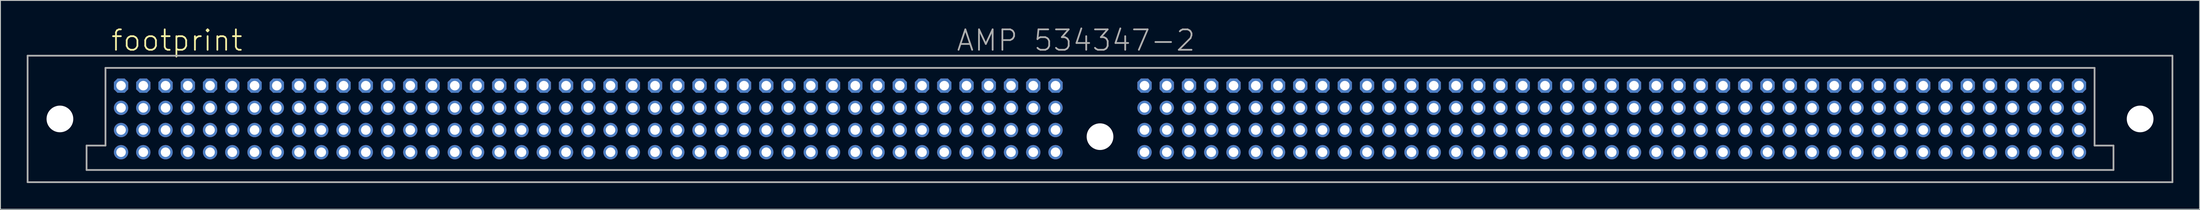
<source format=kicad_pcb>
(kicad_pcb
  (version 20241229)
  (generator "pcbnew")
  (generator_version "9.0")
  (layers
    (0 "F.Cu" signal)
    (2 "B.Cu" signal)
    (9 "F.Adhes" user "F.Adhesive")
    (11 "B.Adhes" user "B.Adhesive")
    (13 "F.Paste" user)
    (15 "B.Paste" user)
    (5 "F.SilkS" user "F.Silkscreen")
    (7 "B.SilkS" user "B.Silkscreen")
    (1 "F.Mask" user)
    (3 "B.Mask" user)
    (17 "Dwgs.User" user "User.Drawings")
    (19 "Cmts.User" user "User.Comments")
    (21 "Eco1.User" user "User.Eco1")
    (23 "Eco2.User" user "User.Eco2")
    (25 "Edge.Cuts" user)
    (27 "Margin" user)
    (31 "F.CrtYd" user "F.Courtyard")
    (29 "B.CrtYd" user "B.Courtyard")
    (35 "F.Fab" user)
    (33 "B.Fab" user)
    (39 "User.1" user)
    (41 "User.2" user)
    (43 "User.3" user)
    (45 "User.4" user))
  (footprint "footprint"
    (layer "F.Cu")
    (at 122.53 10.566)
    (property "Reference" "footprint" (at -113.03 -7.62 0) (layer "F.SilkS") (effects (font (size 2.337 2.337) (thickness 0.203)) (justify left bottom)))
    (fp_line (start -122.428 -7.239) (end 122.428 -7.239) (stroke (width 0.203) (type solid)) (layer "F.Fab"))
    (fp_line (start -122.428 7.239) (end -122.428 -7.239) (stroke (width 0.203) (type solid)) (layer "F.Fab"))
    (fp_line (start -115.697 3.048) (end -113.538 3.048) (stroke (width 0.203) (type solid)) (layer "F.Fab"))
    (fp_line (start -115.697 5.842) (end -115.697 3.048) (stroke (width 0.203) (type solid)) (layer "F.Fab"))
    (fp_line (start -113.538 -5.842) (end 113.538 -5.842) (stroke (width 0.203) (type solid)) (layer "F.Fab"))
    (fp_line (start -113.538 3.048) (end -113.538 -5.842) (stroke (width 0.203) (type solid)) (layer "F.Fab"))
    (fp_line (start 113.538 -5.842) (end 113.538 3.048) (stroke (width 0.203) (type solid)) (layer "F.Fab"))
    (fp_line (start 113.538 3.048) (end 115.697 3.048) (stroke (width 0.203) (type solid)) (layer "F.Fab"))
    (fp_line (start 115.697 3.048) (end 115.697 5.842) (stroke (width 0.203) (type solid)) (layer "F.Fab"))
    (fp_line (start 115.697 5.842) (end -115.697 5.842) (stroke (width 0.203) (type solid)) (layer "F.Fab"))
    (fp_line (start 122.428 -7.239) (end 122.428 7.239) (stroke (width 0.203) (type solid)) (layer "F.Fab"))
    (fp_line (start 122.428 7.239) (end -122.428 7.239) (stroke (width 0.203) (type solid)) (layer "F.Fab"))
    (fp_text user "AMP 534347-2" (at -16.51 -7.62 0) (layer "F.Fab") (effects (font (size 2.337 2.337) (thickness 0.203)) (justify left bottom)))
    (pad "" np_thru_hole circle (at -118.74 0) (size 3.05 3.05) (drill 3.05) (layers "*.Cu" "*.Mask"))
    (pad "" np_thru_hole circle (at 0 2.03) (size 3.05 3.05) (drill 3.05) (layers "*.Cu" "*.Mask"))
    (pad "" np_thru_hole circle (at 118.74 0) (size 3.05 3.05) (drill 3.05) (layers "*.Cu" "*.Mask"))
    (pad "A1" thru_hole roundrect (at 111.76 -3.81) (size 1.635 1.635) (drill 1.09) (layers "*.Cu" "*.Mask") (roundrect_rratio 0.25) (chamfer_ratio 0.25) (chamfer top_left top_right bottom_left bottom_right))
    (pad "A2" thru_hole roundrect (at 109.22 -3.81) (size 1.635 1.635) (drill 1.09) (layers "*.Cu" "*.Mask") (roundrect_rratio 0.25) (chamfer_ratio 0.25) (chamfer top_left top_right bottom_left bottom_right))
    (pad "A3" thru_hole roundrect (at 106.68 -3.81) (size 1.635 1.635) (drill 1.09) (layers "*.Cu" "*.Mask") (roundrect_rratio 0.25) (chamfer_ratio 0.25) (chamfer top_left top_right bottom_left bottom_right))
    (pad "A4" thru_hole roundrect (at 104.14 -3.81) (size 1.635 1.635) (drill 1.09) (layers "*.Cu" "*.Mask") (roundrect_rratio 0.25) (chamfer_ratio 0.25) (chamfer top_left top_right bottom_left bottom_right))
    (pad "A5" thru_hole roundrect (at 101.6 -3.81) (size 1.635 1.635) (drill 1.09) (layers "*.Cu" "*.Mask") (roundrect_rratio 0.25) (chamfer_ratio 0.25) (chamfer top_left top_right bottom_left bottom_right))
    (pad "A6" thru_hole roundrect (at 99.06 -3.81) (size 1.635 1.635) (drill 1.09) (layers "*.Cu" "*.Mask") (roundrect_rratio 0.25) (chamfer_ratio 0.25) (chamfer top_left top_right bottom_left bottom_right))
    (pad "A7" thru_hole roundrect (at 96.52 -3.81) (size 1.635 1.635) (drill 1.09) (layers "*.Cu" "*.Mask") (roundrect_rratio 0.25) (chamfer_ratio 0.25) (chamfer top_left top_right bottom_left bottom_right))
    (pad "A8" thru_hole roundrect (at 93.98 -3.81) (size 1.635 1.635) (drill 1.09) (layers "*.Cu" "*.Mask") (roundrect_rratio 0.25) (chamfer_ratio 0.25) (chamfer top_left top_right bottom_left bottom_right))
    (pad "A9" thru_hole roundrect (at 91.44 -3.81) (size 1.635 1.635) (drill 1.09) (layers "*.Cu" "*.Mask") (roundrect_rratio 0.25) (chamfer_ratio 0.25) (chamfer top_left top_right bottom_left bottom_right))
    (pad "A10" thru_hole roundrect (at 88.9 -3.81) (size 1.635 1.635) (drill 1.09) (layers "*.Cu" "*.Mask") (roundrect_rratio 0.25) (chamfer_ratio 0.25) (chamfer top_left top_right bottom_left bottom_right))
    (pad "A11" thru_hole roundrect (at 86.36 -3.81) (size 1.635 1.635) (drill 1.09) (layers "*.Cu" "*.Mask") (roundrect_rratio 0.25) (chamfer_ratio 0.25) (chamfer top_left top_right bottom_left bottom_right))
    (pad "A12" thru_hole roundrect (at 83.82 -3.81) (size 1.635 1.635) (drill 1.09) (layers "*.Cu" "*.Mask") (roundrect_rratio 0.25) (chamfer_ratio 0.25) (chamfer top_left top_right bottom_left bottom_right))
    (pad "A13" thru_hole roundrect (at 81.28 -3.81) (size 1.635 1.635) (drill 1.09) (layers "*.Cu" "*.Mask") (roundrect_rratio 0.25) (chamfer_ratio 0.25) (chamfer top_left top_right bottom_left bottom_right))
    (pad "A14" thru_hole roundrect (at 78.74 -3.81) (size 1.635 1.635) (drill 1.09) (layers "*.Cu" "*.Mask") (roundrect_rratio 0.25) (chamfer_ratio 0.25) (chamfer top_left top_right bottom_left bottom_right))
    (pad "A15" thru_hole roundrect (at 76.2 -3.81) (size 1.635 1.635) (drill 1.09) (layers "*.Cu" "*.Mask") (roundrect_rratio 0.25) (chamfer_ratio 0.25) (chamfer top_left top_right bottom_left bottom_right))
    (pad "A16" thru_hole roundrect (at 73.66 -3.81) (size 1.635 1.635) (drill 1.09) (layers "*.Cu" "*.Mask") (roundrect_rratio 0.25) (chamfer_ratio 0.25) (chamfer top_left top_right bottom_left bottom_right))
    (pad "A17" thru_hole roundrect (at 71.12 -3.81) (size 1.635 1.635) (drill 1.09) (layers "*.Cu" "*.Mask") (roundrect_rratio 0.25) (chamfer_ratio 0.25) (chamfer top_left top_right bottom_left bottom_right))
    (pad "A18" thru_hole roundrect (at 68.58 -3.81) (size 1.635 1.635) (drill 1.09) (layers "*.Cu" "*.Mask") (roundrect_rratio 0.25) (chamfer_ratio 0.25) (chamfer top_left top_right bottom_left bottom_right))
    (pad "A19" thru_hole roundrect (at 66.04 -3.81) (size 1.635 1.635) (drill 1.09) (layers "*.Cu" "*.Mask") (roundrect_rratio 0.25) (chamfer_ratio 0.25) (chamfer top_left top_right bottom_left bottom_right))
    (pad "A20" thru_hole roundrect (at 63.5 -3.81) (size 1.635 1.635) (drill 1.09) (layers "*.Cu" "*.Mask") (roundrect_rratio 0.25) (chamfer_ratio 0.25) (chamfer top_left top_right bottom_left bottom_right))
    (pad "A21" thru_hole roundrect (at 60.96 -3.81) (size 1.635 1.635) (drill 1.09) (layers "*.Cu" "*.Mask") (roundrect_rratio 0.25) (chamfer_ratio 0.25) (chamfer top_left top_right bottom_left bottom_right))
    (pad "A22" thru_hole roundrect (at 58.42 -3.81) (size 1.635 1.635) (drill 1.09) (layers "*.Cu" "*.Mask") (roundrect_rratio 0.25) (chamfer_ratio 0.25) (chamfer top_left top_right bottom_left bottom_right))
    (pad "A23" thru_hole roundrect (at 55.88 -3.81) (size 1.635 1.635) (drill 1.09) (layers "*.Cu" "*.Mask") (roundrect_rratio 0.25) (chamfer_ratio 0.25) (chamfer top_left top_right bottom_left bottom_right))
    (pad "A24" thru_hole roundrect (at 53.34 -3.81) (size 1.635 1.635) (drill 1.09) (layers "*.Cu" "*.Mask") (roundrect_rratio 0.25) (chamfer_ratio 0.25) (chamfer top_left top_right bottom_left bottom_right))
    (pad "A25" thru_hole roundrect (at 50.8 -3.81) (size 1.635 1.635) (drill 1.09) (layers "*.Cu" "*.Mask") (roundrect_rratio 0.25) (chamfer_ratio 0.25) (chamfer top_left top_right bottom_left bottom_right))
    (pad "A26" thru_hole roundrect (at 48.26 -3.81) (size 1.635 1.635) (drill 1.09) (layers "*.Cu" "*.Mask") (roundrect_rratio 0.25) (chamfer_ratio 0.25) (chamfer top_left top_right bottom_left bottom_right))
    (pad "A27" thru_hole roundrect (at 45.72 -3.81) (size 1.635 1.635) (drill 1.09) (layers "*.Cu" "*.Mask") (roundrect_rratio 0.25) (chamfer_ratio 0.25) (chamfer top_left top_right bottom_left bottom_right))
    (pad "A28" thru_hole roundrect (at 43.18 -3.81) (size 1.635 1.635) (drill 1.09) (layers "*.Cu" "*.Mask") (roundrect_rratio 0.25) (chamfer_ratio 0.25) (chamfer top_left top_right bottom_left bottom_right))
    (pad "A29" thru_hole roundrect (at 40.64 -3.81) (size 1.635 1.635) (drill 1.09) (layers "*.Cu" "*.Mask") (roundrect_rratio 0.25) (chamfer_ratio 0.25) (chamfer top_left top_right bottom_left bottom_right))
    (pad "A30" thru_hole roundrect (at 38.1 -3.81) (size 1.635 1.635) (drill 1.09) (layers "*.Cu" "*.Mask") (roundrect_rratio 0.25) (chamfer_ratio 0.25) (chamfer top_left top_right bottom_left bottom_right))
    (pad "A31" thru_hole roundrect (at 35.56 -3.81) (size 1.635 1.635) (drill 1.09) (layers "*.Cu" "*.Mask") (roundrect_rratio 0.25) (chamfer_ratio 0.25) (chamfer top_left top_right bottom_left bottom_right))
    (pad "A32" thru_hole roundrect (at 33.02 -3.81) (size 1.635 1.635) (drill 1.09) (layers "*.Cu" "*.Mask") (roundrect_rratio 0.25) (chamfer_ratio 0.25) (chamfer top_left top_right bottom_left bottom_right))
    (pad "A33" thru_hole roundrect (at 30.48 -3.81) (size 1.635 1.635) (drill 1.09) (layers "*.Cu" "*.Mask") (roundrect_rratio 0.25) (chamfer_ratio 0.25) (chamfer top_left top_right bottom_left bottom_right))
    (pad "A34" thru_hole roundrect (at 27.94 -3.81) (size 1.635 1.635) (drill 1.09) (layers "*.Cu" "*.Mask") (roundrect_rratio 0.25) (chamfer_ratio 0.25) (chamfer top_left top_right bottom_left bottom_right))
    (pad "A35" thru_hole roundrect (at 25.4 -3.81) (size 1.635 1.635) (drill 1.09) (layers "*.Cu" "*.Mask") (roundrect_rratio 0.25) (chamfer_ratio 0.25) (chamfer top_left top_right bottom_left bottom_right))
    (pad "A36" thru_hole roundrect (at 22.86 -3.81) (size 1.635 1.635) (drill 1.09) (layers "*.Cu" "*.Mask") (roundrect_rratio 0.25) (chamfer_ratio 0.25) (chamfer top_left top_right bottom_left bottom_right))
    (pad "A37" thru_hole roundrect (at 20.32 -3.81) (size 1.635 1.635) (drill 1.09) (layers "*.Cu" "*.Mask") (roundrect_rratio 0.25) (chamfer_ratio 0.25) (chamfer top_left top_right bottom_left bottom_right))
    (pad "A38" thru_hole roundrect (at 17.78 -3.81) (size 1.635 1.635) (drill 1.09) (layers "*.Cu" "*.Mask") (roundrect_rratio 0.25) (chamfer_ratio 0.25) (chamfer top_left top_right bottom_left bottom_right))
    (pad "A39" thru_hole roundrect (at 15.24 -3.81) (size 1.635 1.635) (drill 1.09) (layers "*.Cu" "*.Mask") (roundrect_rratio 0.25) (chamfer_ratio 0.25) (chamfer top_left top_right bottom_left bottom_right))
    (pad "A40" thru_hole roundrect (at 12.7 -3.81) (size 1.635 1.635) (drill 1.09) (layers "*.Cu" "*.Mask") (roundrect_rratio 0.25) (chamfer_ratio 0.25) (chamfer top_left top_right bottom_left bottom_right))
    (pad "A41" thru_hole roundrect (at 10.16 -3.81) (size 1.635 1.635) (drill 1.09) (layers "*.Cu" "*.Mask") (roundrect_rratio 0.25) (chamfer_ratio 0.25) (chamfer top_left top_right bottom_left bottom_right))
    (pad "A42" thru_hole roundrect (at 7.62 -3.81) (size 1.635 1.635) (drill 1.09) (layers "*.Cu" "*.Mask") (roundrect_rratio 0.25) (chamfer_ratio 0.25) (chamfer top_left top_right bottom_left bottom_right))
    (pad "A43" thru_hole roundrect (at 5.08 -3.81) (size 1.635 1.635) (drill 1.09) (layers "*.Cu" "*.Mask") (roundrect_rratio 0.25) (chamfer_ratio 0.25) (chamfer top_left top_right bottom_left bottom_right))
    (pad "A44" thru_hole roundrect (at -5.08 -3.81) (size 1.635 1.635) (drill 1.09) (layers "*.Cu" "*.Mask") (roundrect_rratio 0.25) (chamfer_ratio 0.25) (chamfer top_left top_right bottom_left bottom_right))
    (pad "A45" thru_hole roundrect (at -7.62 -3.81) (size 1.635 1.635) (drill 1.09) (layers "*.Cu" "*.Mask") (roundrect_rratio 0.25) (chamfer_ratio 0.25) (chamfer top_left top_right bottom_left bottom_right))
    (pad "A46" thru_hole roundrect (at -10.16 -3.81) (size 1.635 1.635) (drill 1.09) (layers "*.Cu" "*.Mask") (roundrect_rratio 0.25) (chamfer_ratio 0.25) (chamfer top_left top_right bottom_left bottom_right))
    (pad "A47" thru_hole roundrect (at -12.7 -3.81) (size 1.635 1.635) (drill 1.09) (layers "*.Cu" "*.Mask") (roundrect_rratio 0.25) (chamfer_ratio 0.25) (chamfer top_left top_right bottom_left bottom_right))
    (pad "A48" thru_hole roundrect (at -15.24 -3.81) (size 1.635 1.635) (drill 1.09) (layers "*.Cu" "*.Mask") (roundrect_rratio 0.25) (chamfer_ratio 0.25) (chamfer top_left top_right bottom_left bottom_right))
    (pad "A49" thru_hole roundrect (at -17.78 -3.81) (size 1.635 1.635) (drill 1.09) (layers "*.Cu" "*.Mask") (roundrect_rratio 0.25) (chamfer_ratio 0.25) (chamfer top_left top_right bottom_left bottom_right))
    (pad "A50" thru_hole roundrect (at -20.32 -3.81) (size 1.635 1.635) (drill 1.09) (layers "*.Cu" "*.Mask") (roundrect_rratio 0.25) (chamfer_ratio 0.25) (chamfer top_left top_right bottom_left bottom_right))
    (pad "A51" thru_hole roundrect (at -22.86 -3.81) (size 1.635 1.635) (drill 1.09) (layers "*.Cu" "*.Mask") (roundrect_rratio 0.25) (chamfer_ratio 0.25) (chamfer top_left top_right bottom_left bottom_right))
    (pad "A52" thru_hole roundrect (at -25.4 -3.81) (size 1.635 1.635) (drill 1.09) (layers "*.Cu" "*.Mask") (roundrect_rratio 0.25) (chamfer_ratio 0.25) (chamfer top_left top_right bottom_left bottom_right))
    (pad "A53" thru_hole roundrect (at -27.94 -3.81) (size 1.635 1.635) (drill 1.09) (layers "*.Cu" "*.Mask") (roundrect_rratio 0.25) (chamfer_ratio 0.25) (chamfer top_left top_right bottom_left bottom_right))
    (pad "A54" thru_hole roundrect (at -30.48 -3.81) (size 1.635 1.635) (drill 1.09) (layers "*.Cu" "*.Mask") (roundrect_rratio 0.25) (chamfer_ratio 0.25) (chamfer top_left top_right bottom_left bottom_right))
    (pad "A55" thru_hole roundrect (at -33.02 -3.81) (size 1.635 1.635) (drill 1.09) (layers "*.Cu" "*.Mask") (roundrect_rratio 0.25) (chamfer_ratio 0.25) (chamfer top_left top_right bottom_left bottom_right))
    (pad "A56" thru_hole roundrect (at -35.56 -3.81) (size 1.635 1.635) (drill 1.09) (layers "*.Cu" "*.Mask") (roundrect_rratio 0.25) (chamfer_ratio 0.25) (chamfer top_left top_right bottom_left bottom_right))
    (pad "A57" thru_hole roundrect (at -38.1 -3.81) (size 1.635 1.635) (drill 1.09) (layers "*.Cu" "*.Mask") (roundrect_rratio 0.25) (chamfer_ratio 0.25) (chamfer top_left top_right bottom_left bottom_right))
    (pad "A58" thru_hole roundrect (at -40.64 -3.81) (size 1.635 1.635) (drill 1.09) (layers "*.Cu" "*.Mask") (roundrect_rratio 0.25) (chamfer_ratio 0.25) (chamfer top_left top_right bottom_left bottom_right))
    (pad "A59" thru_hole roundrect (at -43.18 -3.81) (size 1.635 1.635) (drill 1.09) (layers "*.Cu" "*.Mask") (roundrect_rratio 0.25) (chamfer_ratio 0.25) (chamfer top_left top_right bottom_left bottom_right))
    (pad "A60" thru_hole roundrect (at -45.72 -3.81) (size 1.635 1.635) (drill 1.09) (layers "*.Cu" "*.Mask") (roundrect_rratio 0.25) (chamfer_ratio 0.25) (chamfer top_left top_right bottom_left bottom_right))
    (pad "A61" thru_hole roundrect (at -48.26 -3.81) (size 1.635 1.635) (drill 1.09) (layers "*.Cu" "*.Mask") (roundrect_rratio 0.25) (chamfer_ratio 0.25) (chamfer top_left top_right bottom_left bottom_right))
    (pad "A62" thru_hole roundrect (at -50.8 -3.81) (size 1.635 1.635) (drill 1.09) (layers "*.Cu" "*.Mask") (roundrect_rratio 0.25) (chamfer_ratio 0.25) (chamfer top_left top_right bottom_left bottom_right))
    (pad "A63" thru_hole roundrect (at -53.34 -3.81) (size 1.635 1.635) (drill 1.09) (layers "*.Cu" "*.Mask") (roundrect_rratio 0.25) (chamfer_ratio 0.25) (chamfer top_left top_right bottom_left bottom_right))
    (pad "A64" thru_hole roundrect (at -55.88 -3.81) (size 1.635 1.635) (drill 1.09) (layers "*.Cu" "*.Mask") (roundrect_rratio 0.25) (chamfer_ratio 0.25) (chamfer top_left top_right bottom_left bottom_right))
    (pad "A65" thru_hole roundrect (at -58.42 -3.81) (size 1.635 1.635) (drill 1.09) (layers "*.Cu" "*.Mask") (roundrect_rratio 0.25) (chamfer_ratio 0.25) (chamfer top_left top_right bottom_left bottom_right))
    (pad "A66" thru_hole roundrect (at -60.96 -3.81) (size 1.635 1.635) (drill 1.09) (layers "*.Cu" "*.Mask") (roundrect_rratio 0.25) (chamfer_ratio 0.25) (chamfer top_left top_right bottom_left bottom_right))
    (pad "A67" thru_hole roundrect (at -63.5 -3.81) (size 1.635 1.635) (drill 1.09) (layers "*.Cu" "*.Mask") (roundrect_rratio 0.25) (chamfer_ratio 0.25) (chamfer top_left top_right bottom_left bottom_right))
    (pad "A68" thru_hole roundrect (at -66.04 -3.81) (size 1.635 1.635) (drill 1.09) (layers "*.Cu" "*.Mask") (roundrect_rratio 0.25) (chamfer_ratio 0.25) (chamfer top_left top_right bottom_left bottom_right))
    (pad "A69" thru_hole roundrect (at -68.58 -3.81) (size 1.635 1.635) (drill 1.09) (layers "*.Cu" "*.Mask") (roundrect_rratio 0.25) (chamfer_ratio 0.25) (chamfer top_left top_right bottom_left bottom_right))
    (pad "A70" thru_hole roundrect (at -71.12 -3.81) (size 1.635 1.635) (drill 1.09) (layers "*.Cu" "*.Mask") (roundrect_rratio 0.25) (chamfer_ratio 0.25) (chamfer top_left top_right bottom_left bottom_right))
    (pad "A71" thru_hole roundrect (at -73.66 -3.81) (size 1.635 1.635) (drill 1.09) (layers "*.Cu" "*.Mask") (roundrect_rratio 0.25) (chamfer_ratio 0.25) (chamfer top_left top_right bottom_left bottom_right))
    (pad "A72" thru_hole roundrect (at -76.2 -3.81) (size 1.635 1.635) (drill 1.09) (layers "*.Cu" "*.Mask") (roundrect_rratio 0.25) (chamfer_ratio 0.25) (chamfer top_left top_right bottom_left bottom_right))
    (pad "A73" thru_hole roundrect (at -78.74 -3.81) (size 1.635 1.635) (drill 1.09) (layers "*.Cu" "*.Mask") (roundrect_rratio 0.25) (chamfer_ratio 0.25) (chamfer top_left top_right bottom_left bottom_right))
    (pad "A74" thru_hole roundrect (at -81.28 -3.81) (size 1.635 1.635) (drill 1.09) (layers "*.Cu" "*.Mask") (roundrect_rratio 0.25) (chamfer_ratio 0.25) (chamfer top_left top_right bottom_left bottom_right))
    (pad "A75" thru_hole roundrect (at -83.82 -3.81) (size 1.635 1.635) (drill 1.09) (layers "*.Cu" "*.Mask") (roundrect_rratio 0.25) (chamfer_ratio 0.25) (chamfer top_left top_right bottom_left bottom_right))
    (pad "A76" thru_hole roundrect (at -86.36 -3.81) (size 1.635 1.635) (drill 1.09) (layers "*.Cu" "*.Mask") (roundrect_rratio 0.25) (chamfer_ratio 0.25) (chamfer top_left top_right bottom_left bottom_right))
    (pad "A77" thru_hole roundrect (at -88.9 -3.81) (size 1.635 1.635) (drill 1.09) (layers "*.Cu" "*.Mask") (roundrect_rratio 0.25) (chamfer_ratio 0.25) (chamfer top_left top_right bottom_left bottom_right))
    (pad "A78" thru_hole roundrect (at -91.44 -3.81) (size 1.635 1.635) (drill 1.09) (layers "*.Cu" "*.Mask") (roundrect_rratio 0.25) (chamfer_ratio 0.25) (chamfer top_left top_right bottom_left bottom_right))
    (pad "A79" thru_hole roundrect (at -93.98 -3.81) (size 1.635 1.635) (drill 1.09) (layers "*.Cu" "*.Mask") (roundrect_rratio 0.25) (chamfer_ratio 0.25) (chamfer top_left top_right bottom_left bottom_right))
    (pad "A80" thru_hole roundrect (at -96.52 -3.81) (size 1.635 1.635) (drill 1.09) (layers "*.Cu" "*.Mask") (roundrect_rratio 0.25) (chamfer_ratio 0.25) (chamfer top_left top_right bottom_left bottom_right))
    (pad "A81" thru_hole roundrect (at -99.06 -3.81) (size 1.635 1.635) (drill 1.09) (layers "*.Cu" "*.Mask") (roundrect_rratio 0.25) (chamfer_ratio 0.25) (chamfer top_left top_right bottom_left bottom_right))
    (pad "A82" thru_hole roundrect (at -101.6 -3.81) (size 1.635 1.635) (drill 1.09) (layers "*.Cu" "*.Mask") (roundrect_rratio 0.25) (chamfer_ratio 0.25) (chamfer top_left top_right bottom_left bottom_right))
    (pad "A83" thru_hole roundrect (at -104.14 -3.81) (size 1.635 1.635) (drill 1.09) (layers "*.Cu" "*.Mask") (roundrect_rratio 0.25) (chamfer_ratio 0.25) (chamfer top_left top_right bottom_left bottom_right))
    (pad "A84" thru_hole roundrect (at -106.68 -3.81) (size 1.635 1.635) (drill 1.09) (layers "*.Cu" "*.Mask") (roundrect_rratio 0.25) (chamfer_ratio 0.25) (chamfer top_left top_right bottom_left bottom_right))
    (pad "A85" thru_hole roundrect (at -109.22 -3.81) (size 1.635 1.635) (drill 1.09) (layers "*.Cu" "*.Mask") (roundrect_rratio 0.25) (chamfer_ratio 0.25) (chamfer top_left top_right bottom_left bottom_right))
    (pad "A86" thru_hole roundrect (at -111.76 -3.81) (size 1.635 1.635) (drill 1.09) (layers "*.Cu" "*.Mask") (roundrect_rratio 0.25) (chamfer_ratio 0.25) (chamfer top_left top_right bottom_left bottom_right))
    (pad "B1" thru_hole circle (at 111.76 -1.27) (size 1.635 1.635) (drill 1.09) (layers "*.Cu" "*.Mask"))
    (pad "B2" thru_hole circle (at 109.22 -1.27) (size 1.635 1.635) (drill 1.09) (layers "*.Cu" "*.Mask"))
    (pad "B3" thru_hole circle (at 106.68 -1.27) (size 1.635 1.635) (drill 1.09) (layers "*.Cu" "*.Mask"))
    (pad "B4" thru_hole circle (at 104.14 -1.27) (size 1.635 1.635) (drill 1.09) (layers "*.Cu" "*.Mask"))
    (pad "B5" thru_hole circle (at 101.6 -1.27) (size 1.635 1.635) (drill 1.09) (layers "*.Cu" "*.Mask"))
    (pad "B6" thru_hole circle (at 99.06 -1.27) (size 1.635 1.635) (drill 1.09) (layers "*.Cu" "*.Mask"))
    (pad "B7" thru_hole circle (at 96.52 -1.27) (size 1.635 1.635) (drill 1.09) (layers "*.Cu" "*.Mask"))
    (pad "B8" thru_hole circle (at 93.98 -1.27) (size 1.635 1.635) (drill 1.09) (layers "*.Cu" "*.Mask"))
    (pad "B9" thru_hole circle (at 91.44 -1.27) (size 1.635 1.635) (drill 1.09) (layers "*.Cu" "*.Mask"))
    (pad "B10" thru_hole circle (at 88.9 -1.27) (size 1.635 1.635) (drill 1.09) (layers "*.Cu" "*.Mask"))
    (pad "B11" thru_hole circle (at 86.36 -1.27) (size 1.635 1.635) (drill 1.09) (layers "*.Cu" "*.Mask"))
    (pad "B12" thru_hole circle (at 83.82 -1.27) (size 1.635 1.635) (drill 1.09) (layers "*.Cu" "*.Mask"))
    (pad "B13" thru_hole circle (at 81.28 -1.27) (size 1.635 1.635) (drill 1.09) (layers "*.Cu" "*.Mask"))
    (pad "B14" thru_hole circle (at 78.74 -1.27) (size 1.635 1.635) (drill 1.09) (layers "*.Cu" "*.Mask"))
    (pad "B15" thru_hole circle (at 76.2 -1.27) (size 1.635 1.635) (drill 1.09) (layers "*.Cu" "*.Mask"))
    (pad "B16" thru_hole circle (at 73.66 -1.27) (size 1.635 1.635) (drill 1.09) (layers "*.Cu" "*.Mask"))
    (pad "B17" thru_hole circle (at 71.12 -1.27) (size 1.635 1.635) (drill 1.09) (layers "*.Cu" "*.Mask"))
    (pad "B18" thru_hole circle (at 68.58 -1.27) (size 1.635 1.635) (drill 1.09) (layers "*.Cu" "*.Mask"))
    (pad "B19" thru_hole circle (at 66.04 -1.27) (size 1.635 1.635) (drill 1.09) (layers "*.Cu" "*.Mask"))
    (pad "B20" thru_hole circle (at 63.5 -1.27) (size 1.635 1.635) (drill 1.09) (layers "*.Cu" "*.Mask"))
    (pad "B21" thru_hole circle (at 60.96 -1.27) (size 1.635 1.635) (drill 1.09) (layers "*.Cu" "*.Mask"))
    (pad "B22" thru_hole circle (at 58.42 -1.27) (size 1.635 1.635) (drill 1.09) (layers "*.Cu" "*.Mask"))
    (pad "B23" thru_hole circle (at 55.88 -1.27) (size 1.635 1.635) (drill 1.09) (layers "*.Cu" "*.Mask"))
    (pad "B24" thru_hole circle (at 53.34 -1.27) (size 1.635 1.635) (drill 1.09) (layers "*.Cu" "*.Mask"))
    (pad "B25" thru_hole circle (at 50.8 -1.27) (size 1.635 1.635) (drill 1.09) (layers "*.Cu" "*.Mask"))
    (pad "B26" thru_hole circle (at 48.26 -1.27) (size 1.635 1.635) (drill 1.09) (layers "*.Cu" "*.Mask"))
    (pad "B27" thru_hole circle (at 45.72 -1.27) (size 1.635 1.635) (drill 1.09) (layers "*.Cu" "*.Mask"))
    (pad "B28" thru_hole circle (at 43.18 -1.27) (size 1.635 1.635) (drill 1.09) (layers "*.Cu" "*.Mask"))
    (pad "B29" thru_hole circle (at 40.64 -1.27) (size 1.635 1.635) (drill 1.09) (layers "*.Cu" "*.Mask"))
    (pad "B30" thru_hole circle (at 38.1 -1.27) (size 1.635 1.635) (drill 1.09) (layers "*.Cu" "*.Mask"))
    (pad "B31" thru_hole circle (at 35.56 -1.27) (size 1.635 1.635) (drill 1.09) (layers "*.Cu" "*.Mask"))
    (pad "B32" thru_hole circle (at 33.02 -1.27) (size 1.635 1.635) (drill 1.09) (layers "*.Cu" "*.Mask"))
    (pad "B33" thru_hole circle (at 30.48 -1.27) (size 1.635 1.635) (drill 1.09) (layers "*.Cu" "*.Mask"))
    (pad "B34" thru_hole circle (at 27.94 -1.27) (size 1.635 1.635) (drill 1.09) (layers "*.Cu" "*.Mask"))
    (pad "B35" thru_hole circle (at 25.4 -1.27) (size 1.635 1.635) (drill 1.09) (layers "*.Cu" "*.Mask"))
    (pad "B36" thru_hole circle (at 22.86 -1.27) (size 1.635 1.635) (drill 1.09) (layers "*.Cu" "*.Mask"))
    (pad "B37" thru_hole circle (at 20.32 -1.27) (size 1.635 1.635) (drill 1.09) (layers "*.Cu" "*.Mask"))
    (pad "B38" thru_hole circle (at 17.78 -1.27) (size 1.635 1.635) (drill 1.09) (layers "*.Cu" "*.Mask"))
    (pad "B39" thru_hole circle (at 15.24 -1.27) (size 1.635 1.635) (drill 1.09) (layers "*.Cu" "*.Mask"))
    (pad "B40" thru_hole circle (at 12.7 -1.27) (size 1.635 1.635) (drill 1.09) (layers "*.Cu" "*.Mask"))
    (pad "B41" thru_hole circle (at 10.16 -1.27) (size 1.635 1.635) (drill 1.09) (layers "*.Cu" "*.Mask"))
    (pad "B42" thru_hole circle (at 7.62 -1.27) (size 1.635 1.635) (drill 1.09) (layers "*.Cu" "*.Mask"))
    (pad "B43" thru_hole circle (at 5.08 -1.27) (size 1.635 1.635) (drill 1.09) (layers "*.Cu" "*.Mask"))
    (pad "B44" thru_hole circle (at -5.08 -1.27) (size 1.635 1.635) (drill 1.09) (layers "*.Cu" "*.Mask"))
    (pad "B45" thru_hole circle (at -7.62 -1.27) (size 1.635 1.635) (drill 1.09) (layers "*.Cu" "*.Mask"))
    (pad "B46" thru_hole circle (at -10.16 -1.27) (size 1.635 1.635) (drill 1.09) (layers "*.Cu" "*.Mask"))
    (pad "B47" thru_hole circle (at -12.7 -1.27) (size 1.635 1.635) (drill 1.09) (layers "*.Cu" "*.Mask"))
    (pad "B48" thru_hole circle (at -15.24 -1.27) (size 1.635 1.635) (drill 1.09) (layers "*.Cu" "*.Mask"))
    (pad "B49" thru_hole circle (at -17.78 -1.27) (size 1.635 1.635) (drill 1.09) (layers "*.Cu" "*.Mask"))
    (pad "B50" thru_hole circle (at -20.32 -1.27) (size 1.635 1.635) (drill 1.09) (layers "*.Cu" "*.Mask"))
    (pad "B51" thru_hole circle (at -22.86 -1.27) (size 1.635 1.635) (drill 1.09) (layers "*.Cu" "*.Mask"))
    (pad "B52" thru_hole circle (at -25.4 -1.27) (size 1.635 1.635) (drill 1.09) (layers "*.Cu" "*.Mask"))
    (pad "B53" thru_hole circle (at -27.94 -1.27) (size 1.635 1.635) (drill 1.09) (layers "*.Cu" "*.Mask"))
    (pad "B54" thru_hole circle (at -30.48 -1.27) (size 1.635 1.635) (drill 1.09) (layers "*.Cu" "*.Mask"))
    (pad "B55" thru_hole circle (at -33.02 -1.27) (size 1.635 1.635) (drill 1.09) (layers "*.Cu" "*.Mask"))
    (pad "B56" thru_hole circle (at -35.56 -1.27) (size 1.635 1.635) (drill 1.09) (layers "*.Cu" "*.Mask"))
    (pad "B57" thru_hole circle (at -38.1 -1.27) (size 1.635 1.635) (drill 1.09) (layers "*.Cu" "*.Mask"))
    (pad "B58" thru_hole circle (at -40.64 -1.27) (size 1.635 1.635) (drill 1.09) (layers "*.Cu" "*.Mask"))
    (pad "B59" thru_hole circle (at -43.18 -1.27) (size 1.635 1.635) (drill 1.09) (layers "*.Cu" "*.Mask"))
    (pad "B60" thru_hole circle (at -45.72 -1.27) (size 1.635 1.635) (drill 1.09) (layers "*.Cu" "*.Mask"))
    (pad "B61" thru_hole circle (at -48.26 -1.27) (size 1.635 1.635) (drill 1.09) (layers "*.Cu" "*.Mask"))
    (pad "B62" thru_hole circle (at -50.8 -1.27) (size 1.635 1.635) (drill 1.09) (layers "*.Cu" "*.Mask"))
    (pad "B63" thru_hole circle (at -53.34 -1.27) (size 1.635 1.635) (drill 1.09) (layers "*.Cu" "*.Mask"))
    (pad "B64" thru_hole circle (at -55.88 -1.27) (size 1.635 1.635) (drill 1.09) (layers "*.Cu" "*.Mask"))
    (pad "B65" thru_hole circle (at -58.42 -1.27) (size 1.635 1.635) (drill 1.09) (layers "*.Cu" "*.Mask"))
    (pad "B66" thru_hole circle (at -60.96 -1.27) (size 1.635 1.635) (drill 1.09) (layers "*.Cu" "*.Mask"))
    (pad "B67" thru_hole circle (at -63.5 -1.27) (size 1.635 1.635) (drill 1.09) (layers "*.Cu" "*.Mask"))
    (pad "B68" thru_hole circle (at -66.04 -1.27) (size 1.635 1.635) (drill 1.09) (layers "*.Cu" "*.Mask"))
    (pad "B69" thru_hole circle (at -68.58 -1.27) (size 1.635 1.635) (drill 1.09) (layers "*.Cu" "*.Mask"))
    (pad "B70" thru_hole circle (at -71.12 -1.27) (size 1.635 1.635) (drill 1.09) (layers "*.Cu" "*.Mask"))
    (pad "B71" thru_hole circle (at -73.66 -1.27) (size 1.635 1.635) (drill 1.09) (layers "*.Cu" "*.Mask"))
    (pad "B72" thru_hole circle (at -76.2 -1.27) (size 1.635 1.635) (drill 1.09) (layers "*.Cu" "*.Mask"))
    (pad "B73" thru_hole circle (at -78.74 -1.27) (size 1.635 1.635) (drill 1.09) (layers "*.Cu" "*.Mask"))
    (pad "B74" thru_hole circle (at -81.28 -1.27) (size 1.635 1.635) (drill 1.09) (layers "*.Cu" "*.Mask"))
    (pad "B75" thru_hole circle (at -83.82 -1.27) (size 1.635 1.635) (drill 1.09) (layers "*.Cu" "*.Mask"))
    (pad "B76" thru_hole circle (at -86.36 -1.27) (size 1.635 1.635) (drill 1.09) (layers "*.Cu" "*.Mask"))
    (pad "B77" thru_hole circle (at -88.9 -1.27) (size 1.635 1.635) (drill 1.09) (layers "*.Cu" "*.Mask"))
    (pad "B78" thru_hole circle (at -91.44 -1.27) (size 1.635 1.635) (drill 1.09) (layers "*.Cu" "*.Mask"))
    (pad "B79" thru_hole circle (at -93.98 -1.27) (size 1.635 1.635) (drill 1.09) (layers "*.Cu" "*.Mask"))
    (pad "B80" thru_hole circle (at -96.52 -1.27) (size 1.635 1.635) (drill 1.09) (layers "*.Cu" "*.Mask"))
    (pad "B81" thru_hole circle (at -99.06 -1.27) (size 1.635 1.635) (drill 1.09) (layers "*.Cu" "*.Mask"))
    (pad "B82" thru_hole circle (at -101.6 -1.27) (size 1.635 1.635) (drill 1.09) (layers "*.Cu" "*.Mask"))
    (pad "B83" thru_hole circle (at -104.14 -1.27) (size 1.635 1.635) (drill 1.09) (layers "*.Cu" "*.Mask"))
    (pad "B84" thru_hole circle (at -106.68 -1.27) (size 1.635 1.635) (drill 1.09) (layers "*.Cu" "*.Mask"))
    (pad "B85" thru_hole circle (at -109.22 -1.27) (size 1.635 1.635) (drill 1.09) (layers "*.Cu" "*.Mask"))
    (pad "B86" thru_hole circle (at -111.76 -1.27) (size 1.635 1.635) (drill 1.09) (layers "*.Cu" "*.Mask"))
    (pad "C1" thru_hole circle (at 111.76 1.27) (size 1.635 1.635) (drill 1.09) (layers "*.Cu" "*.Mask"))
    (pad "C2" thru_hole circle (at 109.22 1.27) (size 1.635 1.635) (drill 1.09) (layers "*.Cu" "*.Mask"))
    (pad "C3" thru_hole circle (at 106.68 1.27) (size 1.635 1.635) (drill 1.09) (layers "*.Cu" "*.Mask"))
    (pad "C4" thru_hole circle (at 104.14 1.27) (size 1.635 1.635) (drill 1.09) (layers "*.Cu" "*.Mask"))
    (pad "C5" thru_hole circle (at 101.6 1.27) (size 1.635 1.635) (drill 1.09) (layers "*.Cu" "*.Mask"))
    (pad "C6" thru_hole circle (at 99.06 1.27) (size 1.635 1.635) (drill 1.09) (layers "*.Cu" "*.Mask"))
    (pad "C7" thru_hole circle (at 96.52 1.27) (size 1.635 1.635) (drill 1.09) (layers "*.Cu" "*.Mask"))
    (pad "C8" thru_hole circle (at 93.98 1.27) (size 1.635 1.635) (drill 1.09) (layers "*.Cu" "*.Mask"))
    (pad "C9" thru_hole circle (at 91.44 1.27) (size 1.635 1.635) (drill 1.09) (layers "*.Cu" "*.Mask"))
    (pad "C10" thru_hole circle (at 88.9 1.27) (size 1.635 1.635) (drill 1.09) (layers "*.Cu" "*.Mask"))
    (pad "C11" thru_hole circle (at 86.36 1.27) (size 1.635 1.635) (drill 1.09) (layers "*.Cu" "*.Mask"))
    (pad "C12" thru_hole circle (at 83.82 1.27) (size 1.635 1.635) (drill 1.09) (layers "*.Cu" "*.Mask"))
    (pad "C13" thru_hole circle (at 81.28 1.27) (size 1.635 1.635) (drill 1.09) (layers "*.Cu" "*.Mask"))
    (pad "C14" thru_hole circle (at 78.74 1.27) (size 1.635 1.635) (drill 1.09) (layers "*.Cu" "*.Mask"))
    (pad "C15" thru_hole circle (at 76.2 1.27) (size 1.635 1.635) (drill 1.09) (layers "*.Cu" "*.Mask"))
    (pad "C16" thru_hole circle (at 73.66 1.27) (size 1.635 1.635) (drill 1.09) (layers "*.Cu" "*.Mask"))
    (pad "C17" thru_hole circle (at 71.12 1.27) (size 1.635 1.635) (drill 1.09) (layers "*.Cu" "*.Mask"))
    (pad "C18" thru_hole circle (at 68.58 1.27) (size 1.635 1.635) (drill 1.09) (layers "*.Cu" "*.Mask"))
    (pad "C19" thru_hole circle (at 66.04 1.27) (size 1.635 1.635) (drill 1.09) (layers "*.Cu" "*.Mask"))
    (pad "C20" thru_hole circle (at 63.5 1.27) (size 1.635 1.635) (drill 1.09) (layers "*.Cu" "*.Mask"))
    (pad "C21" thru_hole circle (at 60.96 1.27) (size 1.635 1.635) (drill 1.09) (layers "*.Cu" "*.Mask"))
    (pad "C22" thru_hole circle (at 58.42 1.27) (size 1.635 1.635) (drill 1.09) (layers "*.Cu" "*.Mask"))
    (pad "C23" thru_hole circle (at 55.88 1.27) (size 1.635 1.635) (drill 1.09) (layers "*.Cu" "*.Mask"))
    (pad "C24" thru_hole circle (at 53.34 1.27) (size 1.635 1.635) (drill 1.09) (layers "*.Cu" "*.Mask"))
    (pad "C25" thru_hole circle (at 50.8 1.27) (size 1.635 1.635) (drill 1.09) (layers "*.Cu" "*.Mask"))
    (pad "C26" thru_hole circle (at 48.26 1.27) (size 1.635 1.635) (drill 1.09) (layers "*.Cu" "*.Mask"))
    (pad "C27" thru_hole circle (at 45.72 1.27) (size 1.635 1.635) (drill 1.09) (layers "*.Cu" "*.Mask"))
    (pad "C28" thru_hole circle (at 43.18 1.27) (size 1.635 1.635) (drill 1.09) (layers "*.Cu" "*.Mask"))
    (pad "C29" thru_hole circle (at 40.64 1.27) (size 1.635 1.635) (drill 1.09) (layers "*.Cu" "*.Mask"))
    (pad "C30" thru_hole circle (at 38.1 1.27) (size 1.635 1.635) (drill 1.09) (layers "*.Cu" "*.Mask"))
    (pad "C31" thru_hole circle (at 35.56 1.27) (size 1.635 1.635) (drill 1.09) (layers "*.Cu" "*.Mask"))
    (pad "C32" thru_hole circle (at 33.02 1.27) (size 1.635 1.635) (drill 1.09) (layers "*.Cu" "*.Mask"))
    (pad "C33" thru_hole circle (at 30.48 1.27) (size 1.635 1.635) (drill 1.09) (layers "*.Cu" "*.Mask"))
    (pad "C34" thru_hole circle (at 27.94 1.27) (size 1.635 1.635) (drill 1.09) (layers "*.Cu" "*.Mask"))
    (pad "C35" thru_hole circle (at 25.4 1.27) (size 1.635 1.635) (drill 1.09) (layers "*.Cu" "*.Mask"))
    (pad "C36" thru_hole circle (at 22.86 1.27) (size 1.635 1.635) (drill 1.09) (layers "*.Cu" "*.Mask"))
    (pad "C37" thru_hole circle (at 20.32 1.27) (size 1.635 1.635) (drill 1.09) (layers "*.Cu" "*.Mask"))
    (pad "C38" thru_hole circle (at 17.78 1.27) (size 1.635 1.635) (drill 1.09) (layers "*.Cu" "*.Mask"))
    (pad "C39" thru_hole circle (at 15.24 1.27) (size 1.635 1.635) (drill 1.09) (layers "*.Cu" "*.Mask"))
    (pad "C40" thru_hole circle (at 12.7 1.27) (size 1.635 1.635) (drill 1.09) (layers "*.Cu" "*.Mask"))
    (pad "C41" thru_hole circle (at 10.16 1.27) (size 1.635 1.635) (drill 1.09) (layers "*.Cu" "*.Mask"))
    (pad "C42" thru_hole circle (at 7.62 1.27) (size 1.635 1.635) (drill 1.09) (layers "*.Cu" "*.Mask"))
    (pad "C43" thru_hole circle (at 5.08 1.27) (size 1.635 1.635) (drill 1.09) (layers "*.Cu" "*.Mask"))
    (pad "C44" thru_hole circle (at -5.08 1.27) (size 1.635 1.635) (drill 1.09) (layers "*.Cu" "*.Mask"))
    (pad "C45" thru_hole circle (at -7.62 1.27) (size 1.635 1.635) (drill 1.09) (layers "*.Cu" "*.Mask"))
    (pad "C46" thru_hole circle (at -10.16 1.27) (size 1.635 1.635) (drill 1.09) (layers "*.Cu" "*.Mask"))
    (pad "C47" thru_hole circle (at -12.7 1.27) (size 1.635 1.635) (drill 1.09) (layers "*.Cu" "*.Mask"))
    (pad "C48" thru_hole circle (at -15.24 1.27) (size 1.635 1.635) (drill 1.09) (layers "*.Cu" "*.Mask"))
    (pad "C49" thru_hole circle (at -17.78 1.27) (size 1.635 1.635) (drill 1.09) (layers "*.Cu" "*.Mask"))
    (pad "C50" thru_hole circle (at -20.32 1.27) (size 1.635 1.635) (drill 1.09) (layers "*.Cu" "*.Mask"))
    (pad "C51" thru_hole circle (at -22.86 1.27) (size 1.635 1.635) (drill 1.09) (layers "*.Cu" "*.Mask"))
    (pad "C52" thru_hole circle (at -25.4 1.27) (size 1.635 1.635) (drill 1.09) (layers "*.Cu" "*.Mask"))
    (pad "C53" thru_hole circle (at -27.94 1.27) (size 1.635 1.635) (drill 1.09) (layers "*.Cu" "*.Mask"))
    (pad "C54" thru_hole circle (at -30.48 1.27) (size 1.635 1.635) (drill 1.09) (layers "*.Cu" "*.Mask"))
    (pad "C55" thru_hole circle (at -33.02 1.27) (size 1.635 1.635) (drill 1.09) (layers "*.Cu" "*.Mask"))
    (pad "C56" thru_hole circle (at -35.56 1.27) (size 1.635 1.635) (drill 1.09) (layers "*.Cu" "*.Mask"))
    (pad "C57" thru_hole circle (at -38.1 1.27) (size 1.635 1.635) (drill 1.09) (layers "*.Cu" "*.Mask"))
    (pad "C58" thru_hole circle (at -40.64 1.27) (size 1.635 1.635) (drill 1.09) (layers "*.Cu" "*.Mask"))
    (pad "C59" thru_hole circle (at -43.18 1.27) (size 1.635 1.635) (drill 1.09) (layers "*.Cu" "*.Mask"))
    (pad "C60" thru_hole circle (at -45.72 1.27) (size 1.635 1.635) (drill 1.09) (layers "*.Cu" "*.Mask"))
    (pad "C61" thru_hole circle (at -48.26 1.27) (size 1.635 1.635) (drill 1.09) (layers "*.Cu" "*.Mask"))
    (pad "C62" thru_hole circle (at -50.8 1.27) (size 1.635 1.635) (drill 1.09) (layers "*.Cu" "*.Mask"))
    (pad "C63" thru_hole circle (at -53.34 1.27) (size 1.635 1.635) (drill 1.09) (layers "*.Cu" "*.Mask"))
    (pad "C64" thru_hole circle (at -55.88 1.27) (size 1.635 1.635) (drill 1.09) (layers "*.Cu" "*.Mask"))
    (pad "C65" thru_hole circle (at -58.42 1.27) (size 1.635 1.635) (drill 1.09) (layers "*.Cu" "*.Mask"))
    (pad "C66" thru_hole circle (at -60.96 1.27) (size 1.635 1.635) (drill 1.09) (layers "*.Cu" "*.Mask"))
    (pad "C67" thru_hole circle (at -63.5 1.27) (size 1.635 1.635) (drill 1.09) (layers "*.Cu" "*.Mask"))
    (pad "C68" thru_hole circle (at -66.04 1.27) (size 1.635 1.635) (drill 1.09) (layers "*.Cu" "*.Mask"))
    (pad "C69" thru_hole circle (at -68.58 1.27) (size 1.635 1.635) (drill 1.09) (layers "*.Cu" "*.Mask"))
    (pad "C70" thru_hole circle (at -71.12 1.27) (size 1.635 1.635) (drill 1.09) (layers "*.Cu" "*.Mask"))
    (pad "C71" thru_hole circle (at -73.66 1.27) (size 1.635 1.635) (drill 1.09) (layers "*.Cu" "*.Mask"))
    (pad "C72" thru_hole circle (at -76.2 1.27) (size 1.635 1.635) (drill 1.09) (layers "*.Cu" "*.Mask"))
    (pad "C73" thru_hole circle (at -78.74 1.27) (size 1.635 1.635) (drill 1.09) (layers "*.Cu" "*.Mask"))
    (pad "C74" thru_hole circle (at -81.28 1.27) (size 1.635 1.635) (drill 1.09) (layers "*.Cu" "*.Mask"))
    (pad "C75" thru_hole circle (at -83.82 1.27) (size 1.635 1.635) (drill 1.09) (layers "*.Cu" "*.Mask"))
    (pad "C76" thru_hole circle (at -86.36 1.27) (size 1.635 1.635) (drill 1.09) (layers "*.Cu" "*.Mask"))
    (pad "C77" thru_hole circle (at -88.9 1.27) (size 1.635 1.635) (drill 1.09) (layers "*.Cu" "*.Mask"))
    (pad "C78" thru_hole circle (at -91.44 1.27) (size 1.635 1.635) (drill 1.09) (layers "*.Cu" "*.Mask"))
    (pad "C79" thru_hole circle (at -93.98 1.27) (size 1.635 1.635) (drill 1.09) (layers "*.Cu" "*.Mask"))
    (pad "C80" thru_hole circle (at -96.52 1.27) (size 1.635 1.635) (drill 1.09) (layers "*.Cu" "*.Mask"))
    (pad "C81" thru_hole circle (at -99.06 1.27) (size 1.635 1.635) (drill 1.09) (layers "*.Cu" "*.Mask"))
    (pad "C82" thru_hole circle (at -101.6 1.27) (size 1.635 1.635) (drill 1.09) (layers "*.Cu" "*.Mask"))
    (pad "C83" thru_hole circle (at -104.14 1.27) (size 1.635 1.635) (drill 1.09) (layers "*.Cu" "*.Mask"))
    (pad "C84" thru_hole circle (at -106.68 1.27) (size 1.635 1.635) (drill 1.09) (layers "*.Cu" "*.Mask"))
    (pad "C85" thru_hole circle (at -109.22 1.27) (size 1.635 1.635) (drill 1.09) (layers "*.Cu" "*.Mask"))
    (pad "C86" thru_hole circle (at -111.76 1.27) (size 1.635 1.635) (drill 1.09) (layers "*.Cu" "*.Mask"))
    (pad "D1" thru_hole circle (at 111.76 3.81) (size 1.635 1.635) (drill 1.09) (layers "*.Cu" "*.Mask"))
    (pad "D2" thru_hole circle (at 109.22 3.81) (size 1.635 1.635) (drill 1.09) (layers "*.Cu" "*.Mask"))
    (pad "D3" thru_hole circle (at 106.68 3.81) (size 1.635 1.635) (drill 1.09) (layers "*.Cu" "*.Mask"))
    (pad "D4" thru_hole circle (at 104.14 3.81) (size 1.635 1.635) (drill 1.09) (layers "*.Cu" "*.Mask"))
    (pad "D5" thru_hole circle (at 101.6 3.81) (size 1.635 1.635) (drill 1.09) (layers "*.Cu" "*.Mask"))
    (pad "D6" thru_hole circle (at 99.06 3.81) (size 1.635 1.635) (drill 1.09) (layers "*.Cu" "*.Mask"))
    (pad "D7" thru_hole circle (at 96.52 3.81) (size 1.635 1.635) (drill 1.09) (layers "*.Cu" "*.Mask"))
    (pad "D8" thru_hole circle (at 93.98 3.81) (size 1.635 1.635) (drill 1.09) (layers "*.Cu" "*.Mask"))
    (pad "D9" thru_hole circle (at 91.44 3.81) (size 1.635 1.635) (drill 1.09) (layers "*.Cu" "*.Mask"))
    (pad "D10" thru_hole circle (at 88.9 3.81) (size 1.635 1.635) (drill 1.09) (layers "*.Cu" "*.Mask"))
    (pad "D11" thru_hole circle (at 86.36 3.81) (size 1.635 1.635) (drill 1.09) (layers "*.Cu" "*.Mask"))
    (pad "D12" thru_hole circle (at 83.82 3.81) (size 1.635 1.635) (drill 1.09) (layers "*.Cu" "*.Mask"))
    (pad "D13" thru_hole circle (at 81.28 3.81) (size 1.635 1.635) (drill 1.09) (layers "*.Cu" "*.Mask"))
    (pad "D14" thru_hole circle (at 78.74 3.81) (size 1.635 1.635) (drill 1.09) (layers "*.Cu" "*.Mask"))
    (pad "D15" thru_hole circle (at 76.2 3.81) (size 1.635 1.635) (drill 1.09) (layers "*.Cu" "*.Mask"))
    (pad "D16" thru_hole circle (at 73.66 3.81) (size 1.635 1.635) (drill 1.09) (layers "*.Cu" "*.Mask"))
    (pad "D17" thru_hole circle (at 71.12 3.81) (size 1.635 1.635) (drill 1.09) (layers "*.Cu" "*.Mask"))
    (pad "D18" thru_hole circle (at 68.58 3.81) (size 1.635 1.635) (drill 1.09) (layers "*.Cu" "*.Mask"))
    (pad "D19" thru_hole circle (at 66.04 3.81) (size 1.635 1.635) (drill 1.09) (layers "*.Cu" "*.Mask"))
    (pad "D20" thru_hole circle (at 63.5 3.81) (size 1.635 1.635) (drill 1.09) (layers "*.Cu" "*.Mask"))
    (pad "D21" thru_hole circle (at 60.96 3.81) (size 1.635 1.635) (drill 1.09) (layers "*.Cu" "*.Mask"))
    (pad "D22" thru_hole circle (at 58.42 3.81) (size 1.635 1.635) (drill 1.09) (layers "*.Cu" "*.Mask"))
    (pad "D23" thru_hole circle (at 55.88 3.81) (size 1.635 1.635) (drill 1.09) (layers "*.Cu" "*.Mask"))
    (pad "D24" thru_hole circle (at 53.34 3.81) (size 1.635 1.635) (drill 1.09) (layers "*.Cu" "*.Mask"))
    (pad "D25" thru_hole circle (at 50.8 3.81) (size 1.635 1.635) (drill 1.09) (layers "*.Cu" "*.Mask"))
    (pad "D26" thru_hole circle (at 48.26 3.81) (size 1.635 1.635) (drill 1.09) (layers "*.Cu" "*.Mask"))
    (pad "D27" thru_hole circle (at 45.72 3.81) (size 1.635 1.635) (drill 1.09) (layers "*.Cu" "*.Mask"))
    (pad "D28" thru_hole circle (at 43.18 3.81) (size 1.635 1.635) (drill 1.09) (layers "*.Cu" "*.Mask"))
    (pad "D29" thru_hole circle (at 40.64 3.81) (size 1.635 1.635) (drill 1.09) (layers "*.Cu" "*.Mask"))
    (pad "D30" thru_hole circle (at 38.1 3.81) (size 1.635 1.635) (drill 1.09) (layers "*.Cu" "*.Mask"))
    (pad "D31" thru_hole circle (at 35.56 3.81) (size 1.635 1.635) (drill 1.09) (layers "*.Cu" "*.Mask"))
    (pad "D32" thru_hole circle (at 33.02 3.81) (size 1.635 1.635) (drill 1.09) (layers "*.Cu" "*.Mask"))
    (pad "D33" thru_hole circle (at 30.48 3.81) (size 1.635 1.635) (drill 1.09) (layers "*.Cu" "*.Mask"))
    (pad "D34" thru_hole circle (at 27.94 3.81) (size 1.635 1.635) (drill 1.09) (layers "*.Cu" "*.Mask"))
    (pad "D35" thru_hole circle (at 25.4 3.81) (size 1.635 1.635) (drill 1.09) (layers "*.Cu" "*.Mask"))
    (pad "D36" thru_hole circle (at 22.86 3.81) (size 1.635 1.635) (drill 1.09) (layers "*.Cu" "*.Mask"))
    (pad "D37" thru_hole circle (at 20.32 3.81) (size 1.635 1.635) (drill 1.09) (layers "*.Cu" "*.Mask"))
    (pad "D38" thru_hole circle (at 17.78 3.81) (size 1.635 1.635) (drill 1.09) (layers "*.Cu" "*.Mask"))
    (pad "D39" thru_hole circle (at 15.24 3.81) (size 1.635 1.635) (drill 1.09) (layers "*.Cu" "*.Mask"))
    (pad "D40" thru_hole circle (at 12.7 3.81) (size 1.635 1.635) (drill 1.09) (layers "*.Cu" "*.Mask"))
    (pad "D41" thru_hole circle (at 10.16 3.81) (size 1.635 1.635) (drill 1.09) (layers "*.Cu" "*.Mask"))
    (pad "D42" thru_hole circle (at 7.62 3.81) (size 1.635 1.635) (drill 1.09) (layers "*.Cu" "*.Mask"))
    (pad "D43" thru_hole circle (at 5.08 3.81) (size 1.635 1.635) (drill 1.09) (layers "*.Cu" "*.Mask"))
    (pad "D44" thru_hole circle (at -5.08 3.81) (size 1.635 1.635) (drill 1.09) (layers "*.Cu" "*.Mask"))
    (pad "D45" thru_hole circle (at -7.62 3.81) (size 1.635 1.635) (drill 1.09) (layers "*.Cu" "*.Mask"))
    (pad "D46" thru_hole circle (at -10.16 3.81) (size 1.635 1.635) (drill 1.09) (layers "*.Cu" "*.Mask"))
    (pad "D47" thru_hole circle (at -12.7 3.81) (size 1.635 1.635) (drill 1.09) (layers "*.Cu" "*.Mask"))
    (pad "D48" thru_hole circle (at -15.24 3.81) (size 1.635 1.635) (drill 1.09) (layers "*.Cu" "*.Mask"))
    (pad "D49" thru_hole circle (at -17.78 3.81) (size 1.635 1.635) (drill 1.09) (layers "*.Cu" "*.Mask"))
    (pad "D50" thru_hole circle (at -20.32 3.81) (size 1.635 1.635) (drill 1.09) (layers "*.Cu" "*.Mask"))
    (pad "D51" thru_hole circle (at -22.86 3.81) (size 1.635 1.635) (drill 1.09) (layers "*.Cu" "*.Mask"))
    (pad "D52" thru_hole circle (at -25.4 3.81) (size 1.635 1.635) (drill 1.09) (layers "*.Cu" "*.Mask"))
    (pad "D53" thru_hole circle (at -27.94 3.81) (size 1.635 1.635) (drill 1.09) (layers "*.Cu" "*.Mask"))
    (pad "D54" thru_hole circle (at -30.48 3.81) (size 1.635 1.635) (drill 1.09) (layers "*.Cu" "*.Mask"))
    (pad "D55" thru_hole circle (at -33.02 3.81) (size 1.635 1.635) (drill 1.09) (layers "*.Cu" "*.Mask"))
    (pad "D56" thru_hole circle (at -35.56 3.81) (size 1.635 1.635) (drill 1.09) (layers "*.Cu" "*.Mask"))
    (pad "D57" thru_hole circle (at -38.1 3.81) (size 1.635 1.635) (drill 1.09) (layers "*.Cu" "*.Mask"))
    (pad "D58" thru_hole circle (at -40.64 3.81) (size 1.635 1.635) (drill 1.09) (layers "*.Cu" "*.Mask"))
    (pad "D59" thru_hole circle (at -43.18 3.81) (size 1.635 1.635) (drill 1.09) (layers "*.Cu" "*.Mask"))
    (pad "D60" thru_hole circle (at -45.72 3.81) (size 1.635 1.635) (drill 1.09) (layers "*.Cu" "*.Mask"))
    (pad "D61" thru_hole circle (at -48.26 3.81) (size 1.635 1.635) (drill 1.09) (layers "*.Cu" "*.Mask"))
    (pad "D62" thru_hole circle (at -50.8 3.81) (size 1.635 1.635) (drill 1.09) (layers "*.Cu" "*.Mask"))
    (pad "D63" thru_hole circle (at -53.34 3.81) (size 1.635 1.635) (drill 1.09) (layers "*.Cu" "*.Mask"))
    (pad "D64" thru_hole circle (at -55.88 3.81) (size 1.635 1.635) (drill 1.09) (layers "*.Cu" "*.Mask"))
    (pad "D65" thru_hole circle (at -58.42 3.81) (size 1.635 1.635) (drill 1.09) (layers "*.Cu" "*.Mask"))
    (pad "D66" thru_hole circle (at -60.96 3.81) (size 1.635 1.635) (drill 1.09) (layers "*.Cu" "*.Mask"))
    (pad "D67" thru_hole circle (at -63.5 3.81) (size 1.635 1.635) (drill 1.09) (layers "*.Cu" "*.Mask"))
    (pad "D68" thru_hole circle (at -66.04 3.81) (size 1.635 1.635) (drill 1.09) (layers "*.Cu" "*.Mask"))
    (pad "D69" thru_hole circle (at -68.58 3.81) (size 1.635 1.635) (drill 1.09) (layers "*.Cu" "*.Mask"))
    (pad "D70" thru_hole circle (at -71.12 3.81) (size 1.635 1.635) (drill 1.09) (layers "*.Cu" "*.Mask"))
    (pad "D71" thru_hole circle (at -73.66 3.81) (size 1.635 1.635) (drill 1.09) (layers "*.Cu" "*.Mask"))
    (pad "D72" thru_hole circle (at -76.2 3.81) (size 1.635 1.635) (drill 1.09) (layers "*.Cu" "*.Mask"))
    (pad "D73" thru_hole circle (at -78.74 3.81) (size 1.635 1.635) (drill 1.09) (layers "*.Cu" "*.Mask"))
    (pad "D74" thru_hole circle (at -81.28 3.81) (size 1.635 1.635) (drill 1.09) (layers "*.Cu" "*.Mask"))
    (pad "D75" thru_hole circle (at -83.82 3.81) (size 1.635 1.635) (drill 1.09) (layers "*.Cu" "*.Mask"))
    (pad "D76" thru_hole circle (at -86.36 3.81) (size 1.635 1.635) (drill 1.09) (layers "*.Cu" "*.Mask"))
    (pad "D77" thru_hole circle (at -88.9 3.81) (size 1.635 1.635) (drill 1.09) (layers "*.Cu" "*.Mask"))
    (pad "D78" thru_hole circle (at -91.44 3.81) (size 1.635 1.635) (drill 1.09) (layers "*.Cu" "*.Mask"))
    (pad "D79" thru_hole circle (at -93.98 3.81) (size 1.635 1.635) (drill 1.09) (layers "*.Cu" "*.Mask"))
    (pad "D80" thru_hole circle (at -96.52 3.81) (size 1.635 1.635) (drill 1.09) (layers "*.Cu" "*.Mask"))
    (pad "D81" thru_hole circle (at -99.06 3.81) (size 1.635 1.635) (drill 1.09) (layers "*.Cu" "*.Mask"))
    (pad "D82" thru_hole circle (at -101.6 3.81) (size 1.635 1.635) (drill 1.09) (layers "*.Cu" "*.Mask"))
    (pad "D83" thru_hole circle (at -104.14 3.81) (size 1.635 1.635) (drill 1.09) (layers "*.Cu" "*.Mask"))
    (pad "D84" thru_hole circle (at -106.68 3.81) (size 1.635 1.635) (drill 1.09) (layers "*.Cu" "*.Mask"))
    (pad "D85" thru_hole circle (at -109.22 3.81) (size 1.635 1.635) (drill 1.09) (layers "*.Cu" "*.Mask"))
    (pad "D86" thru_hole circle (at -111.76 3.81) (size 1.635 1.635) (drill 1.09) (layers "*.Cu" "*.Mask")))
  (gr_rect
    (start -3 -3)
    (end 248.059 20.907)
    (stroke (width 0.1) (type default))
    (fill no)
    (layer "Edge.Cuts")))
</source>
